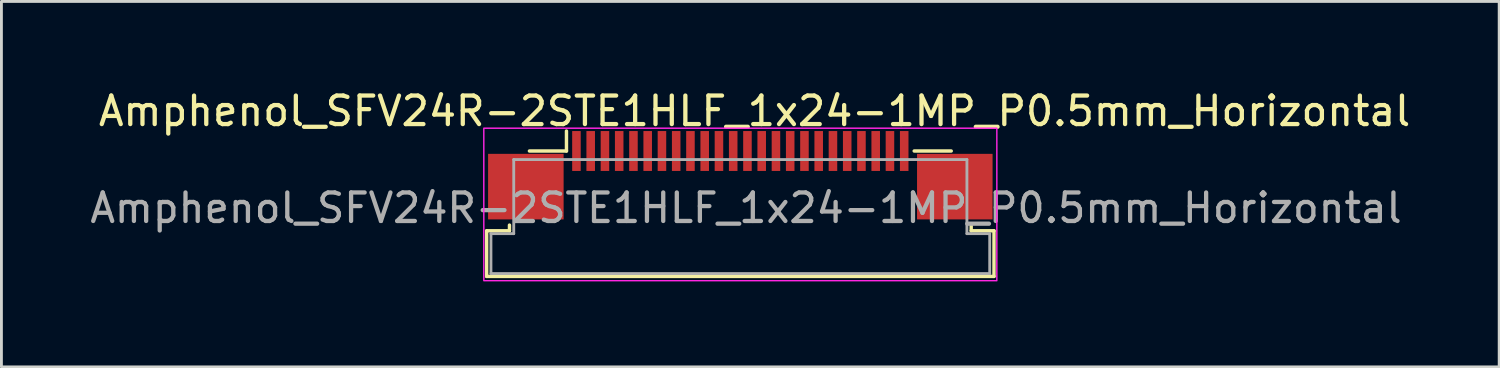
<source format=kicad_pcb>
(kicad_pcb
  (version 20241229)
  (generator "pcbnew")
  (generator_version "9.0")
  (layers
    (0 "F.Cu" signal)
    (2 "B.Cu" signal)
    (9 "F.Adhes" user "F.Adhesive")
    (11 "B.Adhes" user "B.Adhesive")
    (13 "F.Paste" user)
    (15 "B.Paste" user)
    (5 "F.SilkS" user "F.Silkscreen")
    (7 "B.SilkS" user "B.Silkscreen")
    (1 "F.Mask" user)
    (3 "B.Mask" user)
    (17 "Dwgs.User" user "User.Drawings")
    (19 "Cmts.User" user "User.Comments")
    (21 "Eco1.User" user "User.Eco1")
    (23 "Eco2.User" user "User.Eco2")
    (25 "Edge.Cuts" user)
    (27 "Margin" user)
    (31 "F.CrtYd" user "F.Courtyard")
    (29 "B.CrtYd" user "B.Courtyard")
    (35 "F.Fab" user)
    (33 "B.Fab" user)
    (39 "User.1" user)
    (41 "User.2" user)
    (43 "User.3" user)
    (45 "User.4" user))
  (footprint "Amphenol_SFV24R-2STE1HLF_1x24-1MP_P0.5mm_Horizontal"
    (layer "F.Cu")
    (at 22.925 4.248)
    (property "Reference" "Amphenol_SFV24R-2STE1HLF_1x24-1MP_P0.5mm_Horizontal" (at 0.5 -3.4 0) (unlocked yes) (layer "F.SilkS") (effects (font (size 1 1) (thickness 0.15))))
    (attr smd)
    (fp_line (start -8.9 0.8) (end -8.9 2.4) (stroke (width 0.12) (type default)) (layer "F.SilkS"))
    (fp_line (start -8.9 2.4) (end 8.9 2.4) (stroke (width 0.12) (type default)) (layer "F.SilkS"))
    (fp_line (start -8.1 0.6) (end -8.1 0.8) (stroke (width 0.12) (type default)) (layer "F.SilkS"))
    (fp_line (start -8.1 0.8) (end -8.9 0.8) (stroke (width 0.12) (type default)) (layer "F.SilkS"))
    (fp_line (start -7.4 -2) (end -6.1 -2) (stroke (width 0.12) (type default)) (layer "F.SilkS"))
    (fp_line (start -6.1 -2) (end -6.1 -2.7) (stroke (width 0.12) (type default)) (layer "F.SilkS"))
    (fp_line (start 7.4 -2) (end 6.1 -2) (stroke (width 0.12) (type default)) (layer "F.SilkS"))
    (fp_line (start 8.1 0.8) (end 8.1 0.6) (stroke (width 0.12) (type default)) (layer "F.SilkS"))
    (fp_line (start 8.9 0.8) (end 8.1 0.8) (stroke (width 0.12) (type default)) (layer "F.SilkS"))
    (fp_line (start 8.9 2.4) (end 8.9 0.8) (stroke (width 0.12) (type default)) (layer "F.SilkS"))
    (fp_rect (start -9 -2.8) (end 9 2.55) (stroke (width 0.05) (type default)) (fill no) (layer "F.CrtYd"))
    (fp_line (start -8.75 0.9) (end -7.95 0.9) (stroke (width 0.1) (type default)) (layer "F.Fab"))
    (fp_line (start -8.75 2.3) (end -8.75 0.9) (stroke (width 0.1) (type default)) (layer "F.Fab"))
    (fp_line (start -8.75 2.3) (end 8.75 2.3) (stroke (width 0.1) (type default)) (layer "F.Fab"))
    (fp_line (start -7.95 -1.7) (end 7.95 -1.7) (stroke (width 0.1) (type default)) (layer "F.Fab"))
    (fp_line (start -7.95 0.9) (end -7.95 -1.7) (stroke (width 0.1) (type default)) (layer "F.Fab"))
    (fp_line (start 7.95 -1.7) (end 7.95 0.9) (stroke (width 0.1) (type default)) (layer "F.Fab"))
    (fp_line (start 8.75 0.9) (end 7.95 0.9) (stroke (width 0.1) (type default)) (layer "F.Fab"))
    (fp_line (start 8.75 2.3) (end 8.75 0.9) (stroke (width 0.1) (type default)) (layer "F.Fab"))
    (fp_text user "${REFERENCE}" (at 0.2 0 0) (unlocked yes) (layer "F.Fab") (effects (font (size 1 1) (thickness 0.15))))
    (pad "1" smd rect (at -5.75 -2) (size 0.3 1.4) (layers "F.Cu" "F.Mask" "F.Paste"))
    (pad "2" smd rect (at -5.25 -2) (size 0.3 1.4) (layers "F.Cu" "F.Mask" "F.Paste"))
    (pad "3" smd rect (at -4.75 -2) (size 0.3 1.4) (layers "F.Cu" "F.Mask" "F.Paste"))
    (pad "4" smd rect (at -4.25 -2) (size 0.3 1.4) (layers "F.Cu" "F.Mask" "F.Paste"))
    (pad "5" smd rect (at -3.75 -2) (size 0.3 1.4) (layers "F.Cu" "F.Mask" "F.Paste"))
    (pad "6" smd rect (at -3.25 -2) (size 0.3 1.4) (layers "F.Cu" "F.Mask" "F.Paste"))
    (pad "7" smd rect (at -2.75 -2) (size 0.3 1.4) (layers "F.Cu" "F.Mask" "F.Paste"))
    (pad "8" smd rect (at -2.25 -2) (size 0.3 1.4) (layers "F.Cu" "F.Mask" "F.Paste"))
    (pad "9" smd rect (at -1.75 -2) (size 0.3 1.4) (layers "F.Cu" "F.Mask" "F.Paste"))
    (pad "10" smd rect (at -1.25 -2) (size 0.3 1.4) (layers "F.Cu" "F.Mask" "F.Paste"))
    (pad "11" smd rect (at -0.75 -2) (size 0.3 1.4) (layers "F.Cu" "F.Mask" "F.Paste"))
    (pad "12" smd rect (at -0.25 -2) (size 0.3 1.4) (layers "F.Cu" "F.Mask" "F.Paste"))
    (pad "13" smd rect (at 0.25 -2) (size 0.3 1.4) (layers "F.Cu" "F.Mask" "F.Paste"))
    (pad "14" smd rect (at 0.75 -2) (size 0.3 1.4) (layers "F.Cu" "F.Mask" "F.Paste"))
    (pad "15" smd rect (at 1.25 -2) (size 0.3 1.4) (layers "F.Cu" "F.Mask" "F.Paste"))
    (pad "16" smd rect (at 1.75 -2) (size 0.3 1.4) (layers "F.Cu" "F.Mask" "F.Paste"))
    (pad "17" smd rect (at 2.25 -2) (size 0.3 1.4) (layers "F.Cu" "F.Mask" "F.Paste"))
    (pad "18" smd rect (at 2.75 -2) (size 0.3 1.4) (layers "F.Cu" "F.Mask" "F.Paste"))
    (pad "19" smd rect (at 3.25 -2) (size 0.3 1.4) (layers "F.Cu" "F.Mask" "F.Paste"))
    (pad "20" smd rect (at 3.75 -2) (size 0.3 1.4) (layers "F.Cu" "F.Mask" "F.Paste"))
    (pad "21" smd rect (at 4.25 -2) (size 0.3 1.4) (layers "F.Cu" "F.Mask" "F.Paste"))
    (pad "22" smd rect (at 4.75 -2) (size 0.3 1.4) (layers "F.Cu" "F.Mask" "F.Paste"))
    (pad "23" smd rect (at 5.25 -2) (size 0.3 1.4) (layers "F.Cu" "F.Mask" "F.Paste"))
    (pad "24" smd rect (at 5.75 -2) (size 0.3 1.4) (layers "F.Cu" "F.Mask" "F.Paste"))
    (pad "MP" smd rect (at -7.525 -0.75) (size 2.65 2.3) (layers "F.Cu" "F.Mask" "F.Paste"))
    (pad "MP" smd rect (at 7.525 -0.75) (size 2.65 2.3) (layers "F.Cu" "F.Mask" "F.Paste")))
  (gr_rect
    (start -3 -3)
    (end 49.55 9.823)
    (stroke (width 0.1) (type default))
    (fill no)
    (layer "Edge.Cuts")))
</source>
